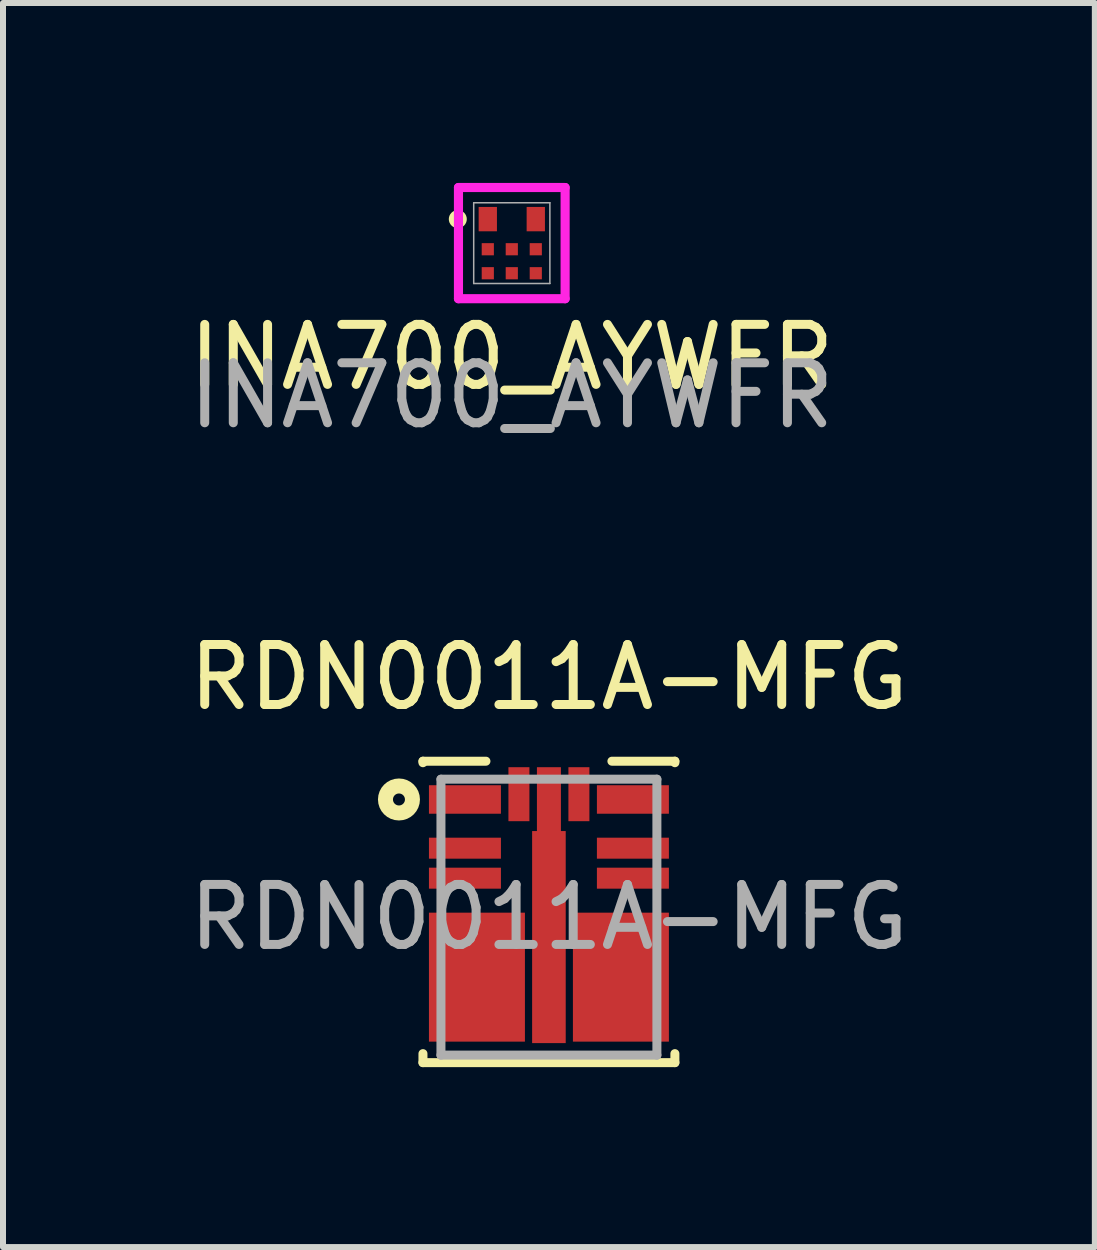
<source format=kicad_pcb>
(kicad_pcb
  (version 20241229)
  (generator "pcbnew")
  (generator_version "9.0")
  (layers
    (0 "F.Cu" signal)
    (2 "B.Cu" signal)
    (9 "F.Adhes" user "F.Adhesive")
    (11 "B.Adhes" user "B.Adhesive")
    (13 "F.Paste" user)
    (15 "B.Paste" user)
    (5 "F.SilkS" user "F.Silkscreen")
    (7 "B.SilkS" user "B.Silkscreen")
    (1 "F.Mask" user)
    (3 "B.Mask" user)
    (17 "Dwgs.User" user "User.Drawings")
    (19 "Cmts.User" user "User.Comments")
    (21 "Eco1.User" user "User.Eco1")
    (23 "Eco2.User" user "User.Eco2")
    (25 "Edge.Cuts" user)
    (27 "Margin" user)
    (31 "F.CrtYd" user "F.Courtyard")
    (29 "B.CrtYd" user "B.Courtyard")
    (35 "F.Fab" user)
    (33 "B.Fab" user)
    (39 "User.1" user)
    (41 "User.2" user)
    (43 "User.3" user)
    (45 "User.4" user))
  (footprint "INA700_AYWFR"
    (layer "F.Cu")
    (at 5.482 1.003)
    (property "Reference" "INA700_AYWFR" (at 0 1.9 0) (unlocked yes) (layer "F.SilkS") (effects (font (size 1 1) (thickness 0.15))))
    (attr smd)
    (fp_circle (center -0.9 -0.4) (end -0.8 -0.4) (stroke (width 0.1) (type solid)) (fill yes) (layer "F.SilkS"))
    (fp_line (start -0.889 -0.927) (end -0.889 0.927) (stroke (width 0.152) (type solid)) (layer "F.CrtYd"))
    (fp_line (start -0.889 0.927) (end 0.889 0.927) (stroke (width 0.152) (type solid)) (layer "F.CrtYd"))
    (fp_line (start 0.889 -0.927) (end -0.889 -0.927) (stroke (width 0.152) (type solid)) (layer "F.CrtYd"))
    (fp_line (start 0.889 0.927) (end 0.889 -0.927) (stroke (width 0.152) (type solid)) (layer "F.CrtYd"))
    (fp_line (start -0.635 -0.673) (end -0.635 0.673) (stroke (width 0.025) (type solid)) (layer "F.Fab"))
    (fp_line (start -0.635 0.673) (end 0.635 0.673) (stroke (width 0.025) (type solid)) (layer "F.Fab"))
    (fp_line (start 0.635 -0.673) (end -0.635 -0.673) (stroke (width 0.025) (type solid)) (layer "F.Fab"))
    (fp_line (start 0.635 0.673) (end 0.635 -0.673) (stroke (width 0.025) (type solid)) (layer "F.Fab"))
    (fp_text user "${REFERENCE}" (at 0 2.54 0) (unlocked yes) (layer "F.Fab") (effects (font (size 1 1) (thickness 0.15))))
    (pad "A1" smd rect (at -0.4 -0.4) (size 0.305 0.406) (layers "F.Cu" "F.Mask" "F.Paste"))
    (pad "A3" smd rect (at 0.4 -0.4) (size 0.305 0.406) (layers "F.Cu" "F.Mask" "F.Paste"))
    (pad "B1" smd rect (at -0.4 0.102) (size 0.203 0.203) (layers "F.Cu" "F.Mask" "F.Paste"))
    (pad "B2" smd rect (at 0 0.102) (size 0.203 0.203) (layers "F.Cu" "F.Mask" "F.Paste"))
    (pad "B3" smd rect (at 0.4 0.102) (size 0.203 0.203) (layers "F.Cu" "F.Mask" "F.Paste"))
    (pad "C1" smd rect (at -0.4 0.502) (size 0.203 0.203) (layers "F.Cu" "F.Mask" "F.Paste"))
    (pad "C2" smd rect (at 0 0.502) (size 0.203 0.203) (layers "F.Cu" "F.Mask" "F.Paste"))
    (pad "C3" smd rect (at 0.4 0.502) (size 0.203 0.203) (layers "F.Cu" "F.Mask" "F.Paste")))
  (footprint "RDN0011A-MFG"
    (layer "F.Cu")
    (at 6.101 12.24)
    (property "Reference" "RDN0011A-MFG" (at 0 -4 0) (unlocked yes) (layer "F.SilkS") (effects (font (size 1 1) (thickness 0.15))))
    (attr through_hole)
    (fp_poly (pts (xy -1.95 -2.099) (xy -1.9 -2.15) (xy -0.9 -2.15) (xy -0.85 -2.099) (xy -0.85 -1.825) (xy -0.9 -1.774) (xy -1.9 -1.774) (xy -1.95 -1.825)) (stroke (width 0) (type solid)) (fill yes) (layer "F.Mask"))
    (fp_poly (pts (xy -1.9 -1.025) (xy -1.95 -1.075) (xy -1.95 -1.225) (xy -1.9 -1.275) (xy -0.9 -1.275) (xy -0.85 -1.225) (xy -0.85 -1.075) (xy -0.9 -1.025)) (stroke (width 0) (type solid)) (fill yes) (layer "F.Mask"))
    (fp_poly (pts (xy -0.9 -0.775) (xy -0.85 -0.725) (xy -0.85 -0.575) (xy -0.9 -0.525) (xy -1.9 -0.525) (xy -1.95 -0.575) (xy -1.95 -0.725) (xy -1.9 -0.775)) (stroke (width 0) (type solid)) (fill yes) (layer "F.Mask"))
    (fp_poly (pts (xy -0.425 -1.65) (xy -0.575 -1.65) (xy -0.625 -1.7) (xy -0.625 -2.4) (xy -0.575 -2.45) (xy -0.425 -2.45) (xy -0.375 -2.4) (xy -0.375 -1.7)) (stroke (width 0) (type solid)) (fill yes) (layer "F.Mask"))
    (fp_poly (pts (xy 0.575 -1.65) (xy 0.425 -1.65) (xy 0.375 -1.7) (xy 0.375 -2.4) (xy 0.425 -2.45) (xy 0.575 -2.45) (xy 0.625 -2.4) (xy 0.625 -1.7)) (stroke (width 0) (type solid)) (fill yes) (layer "F.Mask"))
    (fp_poly (pts (xy 0.85 -1.075) (xy 0.85 -1.225) (xy 0.9 -1.275) (xy 1.9 -1.275) (xy 1.95 -1.225) (xy 1.95 -1.075) (xy 1.9 -1.025) (xy 0.9 -1.025)) (stroke (width 0) (type solid)) (fill yes) (layer "F.Mask"))
    (fp_poly (pts (xy 0.85 -0.725) (xy 0.9 -0.775) (xy 1.9 -0.775) (xy 1.95 -0.725) (xy 1.95 -0.575) (xy 1.9 -0.525) (xy 0.9 -0.525) (xy 0.85 -0.575)) (stroke (width 0) (type solid)) (fill yes) (layer "F.Mask"))
    (fp_poly (pts (xy 1.95 -2.099) (xy 1.95 -1.825) (xy 1.9 -1.774) (xy 0.9 -1.774) (xy 0.85 -1.825) (xy 0.85 -2.099) (xy 0.9 -2.15) (xy 1.9 -2.15)) (stroke (width 0) (type solid)) (fill yes) (layer "F.Mask"))
    (fp_poly (pts (xy -0.5 2.025) (xy -0.45 1.975) (xy -0.45 0.025) (xy -0.5 -0.025) (xy -1.525 -0.025) (xy -1.575 0.025) (xy -1.575 0.125) (xy -1.625 0.175) (xy -1.9 0.175) (xy -1.95 0.225) (xy -1.95 0.375) (xy -1.9 0.425) (xy -1.625 0.425) (xy -1.575 0.475) (xy -1.575 0.625) (xy -1.625 0.675) (xy -1.9 0.675) (xy -1.95 0.725) (xy -1.95 0.875) (xy -1.9 0.925) (xy -1.625 0.925) (xy -1.575 0.975) (xy -1.575 1.125) (xy -1.625 1.175) (xy -1.9 1.175) (xy -1.95 1.225) (xy -1.95 1.375) (xy -1.9 1.425) (xy -1.625 1.425) (xy -1.575 1.475) (xy -1.575 1.625) (xy -1.625 1.675) (xy -1.9 1.675) (xy -1.95 1.725) (xy -1.95 1.875) (xy -1.9 1.925) (xy -1.625 1.925) (xy -1.575 1.975) (xy -1.575 1.975) (xy -1.525 2.025)) (stroke (width 0) (type solid)) (fill yes) (layer "F.Mask"))
    (fp_poly (pts (xy 0.5 2.025) (xy 0.45 1.975) (xy 0.45 0.025) (xy 0.5 -0.025) (xy 1.525 -0.025) (xy 1.575 0.025) (xy 1.575 0.125) (xy 1.625 0.175) (xy 1.9 0.175) (xy 1.95 0.225) (xy 1.95 0.375) (xy 1.9 0.425) (xy 1.625 0.425) (xy 1.575 0.475) (xy 1.575 0.625) (xy 1.625 0.675) (xy 1.9 0.675) (xy 1.95 0.725) (xy 1.95 0.875) (xy 1.9 0.925) (xy 1.625 0.925) (xy 1.575 0.975) (xy 1.575 1.125) (xy 1.625 1.175) (xy 1.9 1.175) (xy 1.95 1.225) (xy 1.95 1.375) (xy 1.9 1.425) (xy 1.625 1.425) (xy 1.575 1.475) (xy 1.575 1.625) (xy 1.625 1.675) (xy 1.9 1.675) (xy 1.95 1.725) (xy 1.95 1.875) (xy 1.9 1.925) (xy 1.625 1.925) (xy 1.575 1.975) (xy 1.575 1.975) (xy 1.525 2.025)) (stroke (width 0) (type solid)) (fill yes) (layer "F.Mask"))
    (fp_line (start -2.1 -2.6) (end -1.05 -2.6) (stroke (width 0.15) (type solid)) (layer "F.SilkS"))
    (fp_line (start -2.1 -2.575) (end -2.1 -2.6) (stroke (width 0.15) (type solid)) (layer "F.SilkS"))
    (fp_line (start -2.1 2.425) (end -2.1 2.275) (stroke (width 0.15) (type solid)) (layer "F.SilkS"))
    (fp_line (start -2.1 2.425) (end 2.1 2.425) (stroke (width 0.15) (type solid)) (layer "F.SilkS"))
    (fp_line (start 1.05 -2.6) (end 2.1 -2.6) (stroke (width 0.15) (type solid)) (layer "F.SilkS"))
    (fp_line (start 2.1 -2.575) (end 2.1 -2.6) (stroke (width 0.15) (type solid)) (layer "F.SilkS"))
    (fp_line (start 2.1 2.425) (end 2.1 2.275) (stroke (width 0.15) (type solid)) (layer "F.SilkS"))
    (fp_circle (center -2.5 -1.962) (end -2.6 -1.962) (stroke (width 0.25) (type solid)) (fill no) (layer "F.SilkS"))
    (fp_poly (pts (xy -1.95 -2.099) (xy -1.9 -2.15) (xy -0.9 -2.15) (xy -0.85 -2.099) (xy -0.85 -1.825) (xy -0.9 -1.774) (xy -1.9 -1.774) (xy -1.95 -1.825)) (stroke (width 0) (type solid)) (fill yes) (layer "F.Paste"))
    (fp_poly (pts (xy -1.9 -1.025) (xy -1.95 -1.075) (xy -1.95 -1.225) (xy -1.9 -1.275) (xy -0.9 -1.275) (xy -0.85 -1.225) (xy -0.85 -1.075) (xy -0.9 -1.025)) (stroke (width 0) (type solid)) (fill yes) (layer "F.Paste"))
    (fp_poly (pts (xy -1.575 0.225) (xy -1.575 0.375) (xy -1.625 0.425) (xy -1.9 0.425) (xy -1.95 0.375) (xy -1.95 0.225) (xy -1.9 0.175) (xy -1.625 0.175)) (stroke (width 0) (type solid)) (fill yes) (layer "F.Paste"))
    (fp_poly (pts (xy -1.575 0.725) (xy -1.575 0.875) (xy -1.625 0.925) (xy -1.9 0.925) (xy -1.95 0.875) (xy -1.95 0.725) (xy -1.9 0.675) (xy -1.625 0.675)) (stroke (width 0) (type solid)) (fill yes) (layer "F.Paste"))
    (fp_poly (pts (xy -1.575 1.225) (xy -1.575 1.375) (xy -1.625 1.425) (xy -1.9 1.425) (xy -1.95 1.375) (xy -1.95 1.225) (xy -1.9 1.175) (xy -1.625 1.175)) (stroke (width 0) (type solid)) (fill yes) (layer "F.Paste"))
    (fp_poly (pts (xy -1.575 1.725) (xy -1.575 1.875) (xy -1.625 1.925) (xy -1.9 1.925) (xy -1.95 1.875) (xy -1.95 1.725) (xy -1.9 1.675) (xy -1.625 1.675)) (stroke (width 0) (type solid)) (fill yes) (layer "F.Paste"))
    (fp_poly (pts (xy -1.38 0.443) (xy -1.38 0.028) (xy -1.33 -0.022) (xy -0.5 -0.022) (xy -0.45 0.028) (xy -0.45 0.443) (xy -0.5 0.493) (xy -1.33 0.493)) (stroke (width 0) (type solid)) (fill yes) (layer "F.Paste"))
    (fp_poly (pts (xy -1.33 1.31) (xy -1.38 1.26) (xy -1.38 0.74) (xy -1.33 0.69) (xy -0.5 0.69) (xy -0.45 0.74) (xy -0.45 1.26) (xy -0.5 1.31)) (stroke (width 0) (type solid)) (fill yes) (layer "F.Paste"))
    (fp_poly (pts (xy -1.33 1.512) (xy -0.5 1.512) (xy -0.45 1.562) (xy -0.45 1.977) (xy -0.5 2.027) (xy -1.33 2.027) (xy -1.38 1.977) (xy -1.38 1.562)) (stroke (width 0) (type solid)) (fill yes) (layer "F.Paste"))
    (fp_poly (pts (xy -0.9 -0.775) (xy -0.85 -0.725) (xy -0.85 -0.575) (xy -0.9 -0.525) (xy -1.9 -0.525) (xy -1.95 -0.575) (xy -1.95 -0.725) (xy -1.9 -0.775)) (stroke (width 0) (type solid)) (fill yes) (layer "F.Paste"))
    (fp_poly (pts (xy -0.425 -1.65) (xy -0.575 -1.65) (xy -0.625 -1.7) (xy -0.625 -2.4) (xy -0.575 -2.45) (xy -0.425 -2.45) (xy -0.375 -2.4) (xy -0.375 -1.7)) (stroke (width 0) (type solid)) (fill yes) (layer "F.Paste"))
    (fp_poly (pts (xy 0.45 1.26) (xy 0.45 0.74) (xy 0.5 0.69) (xy 1.33 0.69) (xy 1.38 0.74) (xy 1.38 1.26) (xy 1.33 1.31) (xy 0.5 1.31)) (stroke (width 0) (type solid)) (fill yes) (layer "F.Paste"))
    (fp_poly (pts (xy 0.575 -1.65) (xy 0.425 -1.65) (xy 0.375 -1.7) (xy 0.375 -2.4) (xy 0.425 -2.45) (xy 0.575 -2.45) (xy 0.625 -2.4) (xy 0.625 -1.7)) (stroke (width 0) (type solid)) (fill yes) (layer "F.Paste"))
    (fp_poly (pts (xy 0.85 -1.075) (xy 0.85 -1.225) (xy 0.9 -1.275) (xy 1.9 -1.275) (xy 1.95 -1.225) (xy 1.95 -1.075) (xy 1.9 -1.025) (xy 0.9 -1.025)) (stroke (width 0) (type solid)) (fill yes) (layer "F.Paste"))
    (fp_poly (pts (xy 0.85 -0.725) (xy 0.9 -0.775) (xy 1.9 -0.775) (xy 1.95 -0.725) (xy 1.95 -0.575) (xy 1.9 -0.525) (xy 0.9 -0.525) (xy 0.85 -0.575)) (stroke (width 0) (type solid)) (fill yes) (layer "F.Paste"))
    (fp_poly (pts (xy 1.33 0.493) (xy 0.5 0.493) (xy 0.45 0.443) (xy 0.45 0.028) (xy 0.5 -0.022) (xy 1.33 -0.022) (xy 1.38 0.028) (xy 1.38 0.443)) (stroke (width 0) (type solid)) (fill yes) (layer "F.Paste"))
    (fp_poly (pts (xy 1.38 1.562) (xy 1.38 1.977) (xy 1.33 2.027) (xy 0.5 2.027) (xy 0.45 1.977) (xy 0.45 1.562) (xy 0.5 1.512) (xy 1.33 1.512)) (stroke (width 0) (type solid)) (fill yes) (layer "F.Paste"))
    (fp_poly (pts (xy 1.95 0.225) (xy 1.95 0.375) (xy 1.9 0.425) (xy 1.625 0.425) (xy 1.575 0.375) (xy 1.575 0.225) (xy 1.625 0.175) (xy 1.9 0.175)) (stroke (width 0) (type solid)) (fill yes) (layer "F.Paste"))
    (fp_poly (pts (xy 1.95 0.725) (xy 1.95 0.875) (xy 1.9 0.925) (xy 1.625 0.925) (xy 1.575 0.875) (xy 1.575 0.725) (xy 1.625 0.675) (xy 1.9 0.675)) (stroke (width 0) (type solid)) (fill yes) (layer "F.Paste"))
    (fp_poly (pts (xy 1.95 1.225) (xy 1.95 1.375) (xy 1.9 1.425) (xy 1.625 1.425) (xy 1.575 1.375) (xy 1.575 1.225) (xy 1.625 1.175) (xy 1.9 1.175)) (stroke (width 0) (type solid)) (fill yes) (layer "F.Paste"))
    (fp_poly (pts (xy 1.95 1.725) (xy 1.95 1.875) (xy 1.9 1.925) (xy 1.625 1.925) (xy 1.575 1.875) (xy 1.575 1.725) (xy 1.625 1.675) (xy 1.9 1.675)) (stroke (width 0) (type solid)) (fill yes) (layer "F.Paste"))
    (fp_poly (pts (xy 1.95 -2.099) (xy 1.95 -1.825) (xy 1.9 -1.774) (xy 0.9 -1.774) (xy 0.85 -1.825) (xy 0.85 -2.099) (xy 0.9 -2.15) (xy 1.9 -2.15)) (stroke (width 0) (type solid)) (fill yes) (layer "F.Paste"))
    (fp_line (start -1.8 -2.3) (end 1.8 -2.3) (stroke (width 0.15) (type solid)) (layer "F.Fab"))
    (fp_line (start -1.8 2.3) (end -1.8 -2.3) (stroke (width 0.15) (type solid)) (layer "F.Fab"))
    (fp_line (start -1.8 2.3) (end 1.8 2.3) (stroke (width 0.15) (type solid)) (layer "F.Fab"))
    (fp_line (start 1.8 2.3) (end 1.8 -2.3) (stroke (width 0.15) (type solid)) (layer "F.Fab"))
    (fp_text user "${REFERENCE}" (at 0 0 0) (unlocked yes) (layer "F.Fab") (effects (font (size 1 1) (thickness 0.15))))
    (pad "1" smd rect (at -1.4 -1.962) (size 1.2 0.475) (layers "F.Cu"))
    (pad "2" smd rect (at -1.4 -1.15) (size 1.2 0.35) (layers "F.Cu"))
    (pad "3" smd rect (at -1.4 -0.65) (size 1.2 0.35) (layers "F.Cu"))
    (pad "4" smd rect (at -1.2 1) (size 1.6 2.15) (layers "F.Cu"))
    (pad "5" smd rect (at 1.2 1) (size 1.6 2.15) (layers "F.Cu"))
    (pad "6" smd rect (at 1.4 -0.65) (size 1.2 0.35) (layers "F.Cu"))
    (pad "7" smd rect (at 1.4 -1.15) (size 1.2 0.35) (layers "F.Cu"))
    (pad "8" smd rect (at 1.4 -1.962) (size 1.2 0.475) (layers "F.Cu"))
    (pad "9" smd rect (at 0.5 -2.05) (size 0.35 0.9) (layers "F.Cu"))
    (pad "10" smd rect (at 0 -1.95) (size 0.4 1.1) (layers "F.Cu" "F.Mask" "F.Paste"))
    (pad "10" smd rect (at 0 0.332) (size 0.56 3.535) (layers "F.Cu" "F.Mask"))
    (pad "11" smd rect (at -0.5 -2.05) (size 0.35 0.9) (layers "F.Cu")))
  (gr_rect
    (start -3 -3)
    (end 15.202 17.74)
    (stroke (width 0.1) (type default))
    (fill no)
    (layer "Edge.Cuts")))
</source>
